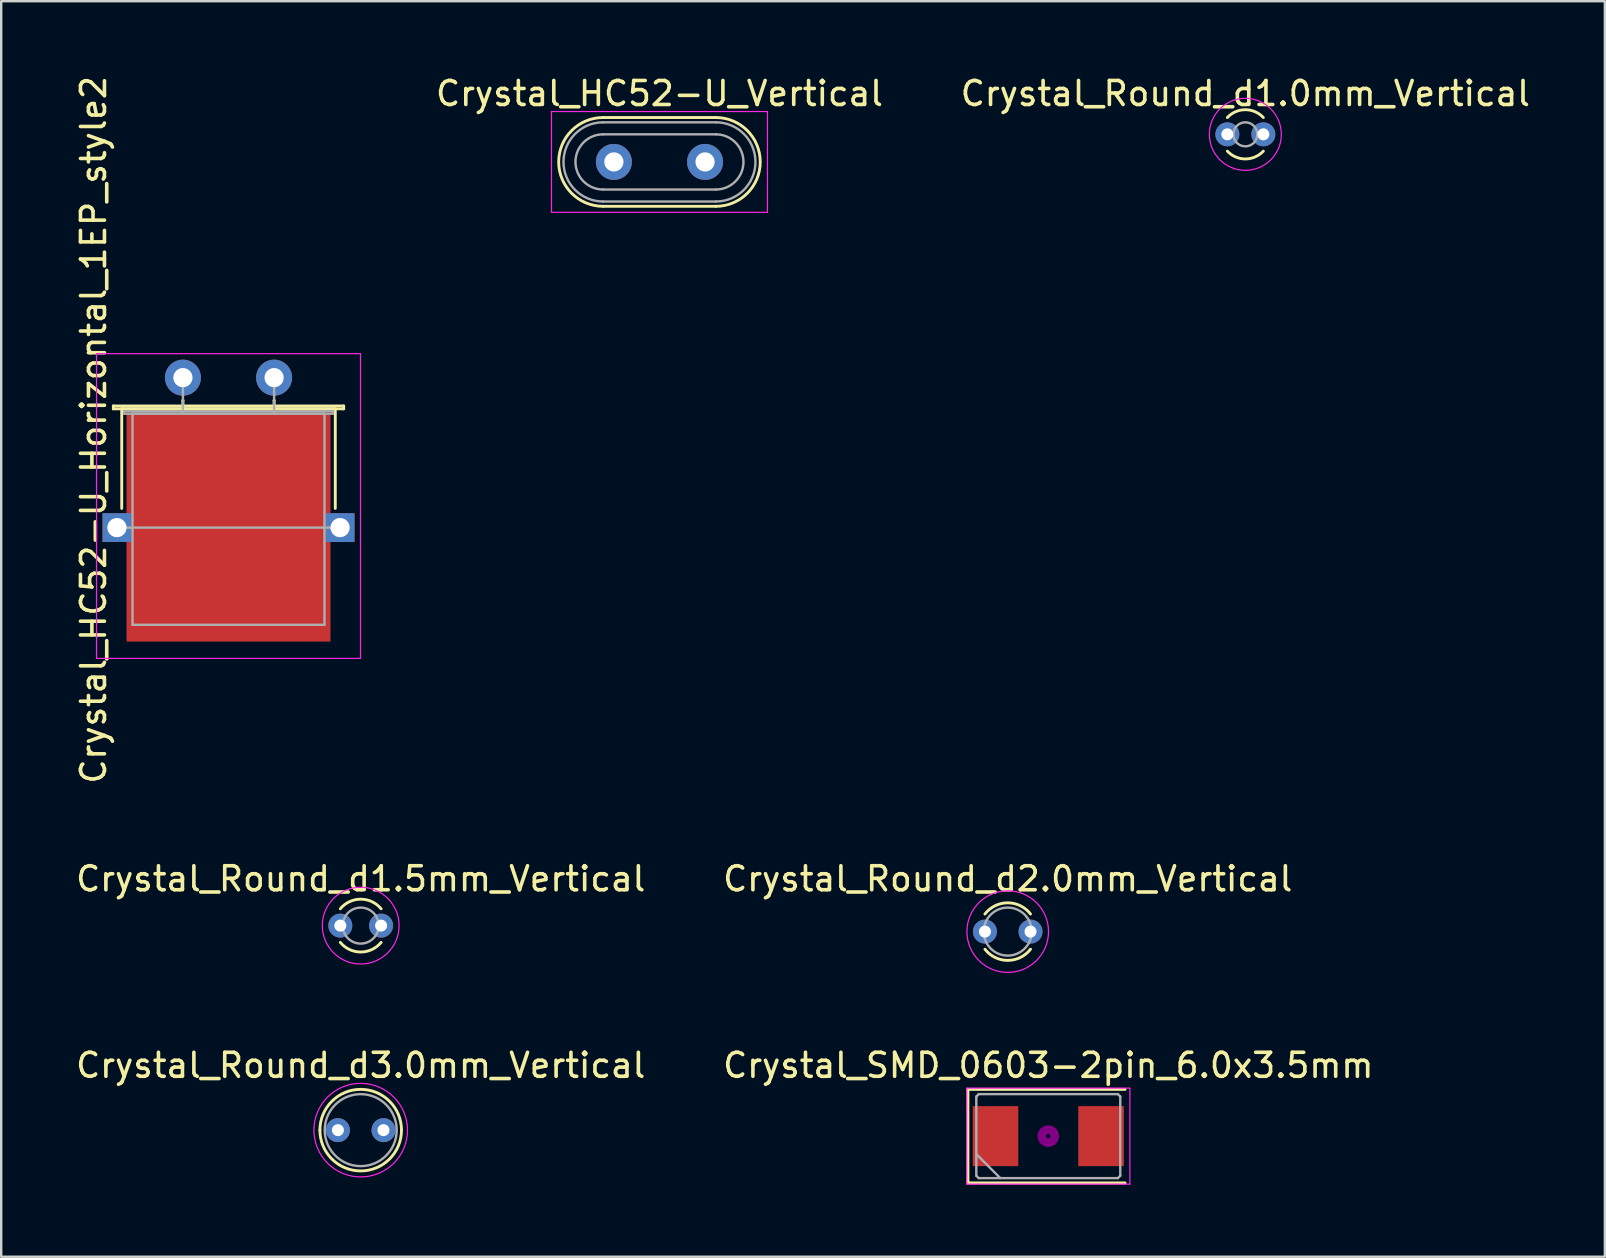
<source format=kicad_pcb>
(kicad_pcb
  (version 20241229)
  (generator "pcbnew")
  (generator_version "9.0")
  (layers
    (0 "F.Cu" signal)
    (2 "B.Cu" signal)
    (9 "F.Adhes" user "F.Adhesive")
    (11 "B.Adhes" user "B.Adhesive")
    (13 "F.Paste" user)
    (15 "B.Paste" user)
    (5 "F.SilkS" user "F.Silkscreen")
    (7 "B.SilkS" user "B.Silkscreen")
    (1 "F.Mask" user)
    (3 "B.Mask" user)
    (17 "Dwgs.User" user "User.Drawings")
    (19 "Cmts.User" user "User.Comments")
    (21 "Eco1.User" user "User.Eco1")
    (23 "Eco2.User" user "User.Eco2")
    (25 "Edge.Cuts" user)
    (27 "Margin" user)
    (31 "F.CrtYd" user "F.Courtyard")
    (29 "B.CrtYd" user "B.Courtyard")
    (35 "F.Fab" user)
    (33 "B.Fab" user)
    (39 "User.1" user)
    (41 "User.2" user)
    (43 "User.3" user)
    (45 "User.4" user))
  (footprint "Crystal_Round_d1.0mm_Vertical"
    (layer "F.Cu")
    (at 48.099 2.548)
    (property "Reference" "Crystal_Round_d1.0mm_Vertical" (at 0.75 -1.7 0) (layer "F.SilkS") (effects (font (size 1 1) (thickness 0.15))))
    (attr through_hole)
    (fp_arc (start 0 -0.7) (mid 0.749553 -1.025914) (end 1.49939 -0.700653) (stroke (width 0.12) (type solid)) (layer "F.SilkS"))
    (fp_arc (start 1.49939 0.700653) (mid 0.749553 1.025914) (end 0 0.7) (stroke (width 0.12) (type solid)) (layer "F.SilkS"))
    (fp_circle (center 0.75 0) (end 2.25 0) (stroke (width 0.05) (type solid)) (fill no) (layer "F.CrtYd"))
    (fp_circle (center 0.75 0) (end 1.25 0) (stroke (width 0.1) (type solid)) (fill no) (layer "F.Fab"))
    (pad "1" thru_hole circle (at 0 0) (size 1 1) (drill 0.5) (layers "*.Cu" "*.Mask"))
    (pad "2" thru_hole circle (at 1.5 0) (size 1 1) (drill 0.5) (layers "*.Cu" "*.Mask")))
  (footprint "Crystal_Round_d1.5mm_Vertical"
    (layer "F.Cu")
    (at 11.132 35.524)
    (property "Reference" "Crystal_Round_d1.5mm_Vertical" (at 0.85 -1.95 0) (layer "F.SilkS") (effects (font (size 1 1) (thickness 0.15))))
    (attr through_hole)
    (fp_arc (start 0 -0.7) (mid 0.850432 -1.101136) (end 1.700549 -0.699333) (stroke (width 0.12) (type solid)) (layer "F.SilkS"))
    (fp_arc (start 1.700549 0.699333) (mid 0.850432 1.101136) (end 0 0.7) (stroke (width 0.12) (type solid)) (layer "F.SilkS"))
    (fp_circle (center 0.85 0) (end 2.45 0) (stroke (width 0.05) (type solid)) (fill no) (layer "F.CrtYd"))
    (fp_circle (center 0.85 0) (end 1.6 0) (stroke (width 0.1) (type solid)) (fill no) (layer "F.Fab"))
    (pad "1" thru_hole circle (at 0 0) (size 1 1) (drill 0.5) (layers "*.Cu" "*.Mask"))
    (pad "2" thru_hole circle (at 1.7 0) (size 1 1) (drill 0.5) (layers "*.Cu" "*.Mask")))
  (footprint "Crystal_HC52-U_Vertical"
    (layer "F.Cu")
    (at 22.533 3.698)
    (property "Reference" "Crystal_HC52-U_Vertical" (at 1.9 -2.85 0) (layer "F.SilkS") (effects (font (size 1 1) (thickness 0.15))))
    (attr through_hole)
    (fp_line (start -0.45 -1.85) (end 4.25 -1.85) (stroke (width 0.12) (type solid)) (layer "F.SilkS"))
    (fp_line (start -0.45 1.85) (end 4.25 1.85) (stroke (width 0.12) (type solid)) (layer "F.SilkS"))
    (fp_arc (start -0.45 1.85) (mid -2.3 0) (end -0.45 -1.85) (stroke (width 0.12) (type solid)) (layer "F.SilkS"))
    (fp_arc (start 4.25 -1.85) (mid 6.1 0) (end 4.25 1.85) (stroke (width 0.12) (type solid)) (layer "F.SilkS"))
    (fp_line (start -2.6 -2.1) (end -2.6 2.1) (stroke (width 0.05) (type solid)) (layer "F.CrtYd"))
    (fp_line (start -2.6 2.1) (end 6.4 2.1) (stroke (width 0.05) (type solid)) (layer "F.CrtYd"))
    (fp_line (start 6.4 -2.1) (end -2.6 -2.1) (stroke (width 0.05) (type solid)) (layer "F.CrtYd"))
    (fp_line (start 6.4 2.1) (end 6.4 -2.1) (stroke (width 0.05) (type solid)) (layer "F.CrtYd"))
    (fp_line (start -0.45 -1.65) (end 4.25 -1.65) (stroke (width 0.1) (type solid)) (layer "F.Fab"))
    (fp_line (start -0.45 -1.15) (end 4.25 -1.15) (stroke (width 0.1) (type solid)) (layer "F.Fab"))
    (fp_line (start -0.45 1.15) (end 4.25 1.15) (stroke (width 0.1) (type solid)) (layer "F.Fab"))
    (fp_line (start -0.45 1.65) (end 4.25 1.65) (stroke (width 0.1) (type solid)) (layer "F.Fab"))
    (fp_arc (start -0.45 1.15) (mid -1.6 0) (end -0.45 -1.15) (stroke (width 0.1) (type solid)) (layer "F.Fab"))
    (fp_arc (start -0.45 1.65) (mid -2.1 0) (end -0.45 -1.65) (stroke (width 0.1) (type solid)) (layer "F.Fab"))
    (fp_arc (start 4.25 -1.65) (mid 5.9 0) (end 4.25 1.65) (stroke (width 0.1) (type solid)) (layer "F.Fab"))
    (fp_arc (start 4.25 -1.15) (mid 5.4 0) (end 4.25 1.15) (stroke (width 0.1) (type solid)) (layer "F.Fab"))
    (pad "1" thru_hole circle (at 0 0) (size 1.5 1.5) (drill 0.8) (layers "*.Cu" "*.Mask"))
    (pad "2" thru_hole circle (at 3.8 0) (size 1.5 1.5) (drill 0.8) (layers "*.Cu" "*.Mask")))
  (footprint "Crystal_HC52-U_Horizontal_1EP_style2"
    (layer "F.Cu")
    (at 4.573 12.688)
    (property "Reference" "Crystal_HC52-U_Horizontal_1EP_style2" (at -3.725 2.175 90) (layer "F.SilkS") (effects (font (size 1 1) (thickness 0.15))))
    (attr through_hole)
    (fp_line (start -2.9 1.18) (end 6.7 1.18) (stroke (width 0.12) (type solid)) (layer "F.SilkS"))
    (fp_line (start -2.9 1.3) (end -2.9 1.18) (stroke (width 0.12) (type solid)) (layer "F.SilkS"))
    (fp_line (start -2.55 1.3) (end 6.35 1.3) (stroke (width 0.12) (type solid)) (layer "F.SilkS"))
    (fp_line (start -2.55 5.45) (end -2.55 1.3) (stroke (width 0.12) (type solid)) (layer "F.SilkS"))
    (fp_line (start 0 0.95) (end 0 0.95) (stroke (width 0.12) (type solid)) (layer "F.SilkS"))
    (fp_line (start 0 1.3) (end 0 0.95) (stroke (width 0.12) (type solid)) (layer "F.SilkS"))
    (fp_line (start 3.8 0.95) (end 3.8 0.95) (stroke (width 0.12) (type solid)) (layer "F.SilkS"))
    (fp_line (start 3.8 1.3) (end 3.8 0.95) (stroke (width 0.12) (type solid)) (layer "F.SilkS"))
    (fp_line (start 6.35 1.3) (end 6.35 5.45) (stroke (width 0.12) (type solid)) (layer "F.SilkS"))
    (fp_line (start 6.7 1.18) (end 6.7 1.3) (stroke (width 0.12) (type solid)) (layer "F.SilkS"))
    (fp_line (start 6.7 1.3) (end -2.9 1.3) (stroke (width 0.12) (type solid)) (layer "F.SilkS"))
    (fp_line (start -3.6 -1) (end -3.6 11.7) (stroke (width 0.05) (type solid)) (layer "F.CrtYd"))
    (fp_line (start -3.6 11.7) (end 7.4 11.7) (stroke (width 0.05) (type solid)) (layer "F.CrtYd"))
    (fp_line (start 7.4 -1) (end -3.6 -1) (stroke (width 0.05) (type solid)) (layer "F.CrtYd"))
    (fp_line (start 7.4 11.7) (end 7.4 -1) (stroke (width 0.05) (type solid)) (layer "F.CrtYd"))
    (fp_line (start -2.75 6.25) (end 6.55 6.25) (stroke (width 0.1) (type solid)) (layer "F.Fab"))
    (fp_line (start -2.45 1.4) (end 6.25 1.4) (stroke (width 0.1) (type solid)) (layer "F.Fab"))
    (fp_line (start -2.45 1.5) (end -2.45 1.4) (stroke (width 0.1) (type solid)) (layer "F.Fab"))
    (fp_line (start -2.1 1.5) (end -2.1 10.3) (stroke (width 0.1) (type solid)) (layer "F.Fab"))
    (fp_line (start -2.1 10.3) (end 5.9 10.3) (stroke (width 0.1) (type solid)) (layer "F.Fab"))
    (fp_line (start 0 0.75) (end 0 0) (stroke (width 0.1) (type solid)) (layer "F.Fab"))
    (fp_line (start 0 1.5) (end 0 0.75) (stroke (width 0.1) (type solid)) (layer "F.Fab"))
    (fp_line (start 3.8 0.75) (end 3.8 0) (stroke (width 0.1) (type solid)) (layer "F.Fab"))
    (fp_line (start 3.8 1.5) (end 3.8 0.75) (stroke (width 0.1) (type solid)) (layer "F.Fab"))
    (fp_line (start 5.9 1.5) (end -2.1 1.5) (stroke (width 0.1) (type solid)) (layer "F.Fab"))
    (fp_line (start 5.9 10.3) (end 5.9 1.5) (stroke (width 0.1) (type solid)) (layer "F.Fab"))
    (fp_line (start 6.25 1.4) (end 6.25 1.5) (stroke (width 0.1) (type solid)) (layer "F.Fab"))
    (fp_line (start 6.25 1.5) (end -2.45 1.5) (stroke (width 0.1) (type solid)) (layer "F.Fab"))
    (pad "1" thru_hole circle (at 0 0) (size 1.5 1.5) (drill 0.8) (layers "*.Cu" "*.Mask"))
    (pad "2" thru_hole circle (at 3.8 0) (size 1.5 1.5) (drill 0.8) (layers "*.Cu" "*.Mask"))
    (pad "3" thru_hole rect (at -2.75 6.25) (size 1.2 1.2) (drill 0.8) (layers "*.Cu" "*.Mask"))
    (pad "3" smd rect (at 1.9 6.25) (size 8.5 9.5) (layers "F.Cu" "F.Mask"))
    (pad "3" thru_hole rect (at 6.55 6.25) (size 1.2 1.2) (drill 0.8) (layers "*.Cu" "*.Mask")))
  (footprint "Crystal_SMD_0603-2pin_6.0x3.5mm"
    (layer "F.Cu")
    (at 40.637 44.298)
    (property "Reference" "Crystal_SMD_0603-2pin_6.0x3.5mm" (at 0 -2.95 0) (layer "F.SilkS") (effects (font (size 1 1) (thickness 0.15))))
    (attr smd)
    (fp_line (start -3.35 -1.95) (end -3.35 1.95) (stroke (width 0.12) (type solid)) (layer "F.SilkS"))
    (fp_line (start -3.35 1.95) (end 3.2 1.95) (stroke (width 0.12) (type solid)) (layer "F.SilkS"))
    (fp_line (start 3.2 -1.95) (end -3.35 -1.95) (stroke (width 0.12) (type solid)) (layer "F.SilkS"))
    (fp_circle (center 0 0) (end 0.093 0) (stroke (width 0.187) (type solid)) (fill no) (layer "F.Adhes"))
    (fp_circle (center 0 0) (end 0.213 0) (stroke (width 0.133) (type solid)) (fill no) (layer "F.Adhes"))
    (fp_circle (center 0 0) (end 0.333 0) (stroke (width 0.133) (type solid)) (fill no) (layer "F.Adhes"))
    (fp_circle (center 0 0) (end 0.4 0) (stroke (width 0.1) (type solid)) (fill no) (layer "F.Adhes"))
    (fp_line (start -3.4 -2) (end -3.4 2) (stroke (width 0.05) (type solid)) (layer "F.CrtYd"))
    (fp_line (start -3.4 2) (end 3.4 2) (stroke (width 0.05) (type solid)) (layer "F.CrtYd"))
    (fp_line (start 3.4 -2) (end -3.4 -2) (stroke (width 0.05) (type solid)) (layer "F.CrtYd"))
    (fp_line (start 3.4 2) (end 3.4 -2) (stroke (width 0.05) (type solid)) (layer "F.CrtYd"))
    (fp_line (start -3 -1.65) (end -2.9 -1.75) (stroke (width 0.1) (type solid)) (layer "F.Fab"))
    (fp_line (start -3 0.75) (end -2 1.75) (stroke (width 0.1) (type solid)) (layer "F.Fab"))
    (fp_line (start -3 1.65) (end -3 -1.65) (stroke (width 0.1) (type solid)) (layer "F.Fab"))
    (fp_line (start -2.9 -1.75) (end 2.9 -1.75) (stroke (width 0.1) (type solid)) (layer "F.Fab"))
    (fp_line (start -2.9 1.75) (end -3 1.65) (stroke (width 0.1) (type solid)) (layer "F.Fab"))
    (fp_line (start 2.9 -1.75) (end 3 -1.65) (stroke (width 0.1) (type solid)) (layer "F.Fab"))
    (fp_line (start 2.9 1.75) (end -2.9 1.75) (stroke (width 0.1) (type solid)) (layer "F.Fab"))
    (fp_line (start 3 -1.65) (end 3 1.65) (stroke (width 0.1) (type solid)) (layer "F.Fab"))
    (fp_line (start 3 1.65) (end 2.9 1.75) (stroke (width 0.1) (type solid)) (layer "F.Fab"))
    (pad "1" smd rect (at -2.2 0) (size 1.9 2.5) (layers "F.Cu" "F.Mask"))
    (pad "2" smd rect (at 2.2 0) (size 1.9 2.5) (layers "F.Cu" "F.Mask")))
  (footprint "Crystal_Round_d3.0mm_Vertical"
    (layer "F.Cu")
    (at 11.032 44.048)
    (property "Reference" "Crystal_Round_d3.0mm_Vertical" (at 0.95 -2.7 0) (layer "F.SilkS") (effects (font (size 1 1) (thickness 0.15))))
    (attr through_hole)
    (fp_arc (start -0.75 0) (mid 0.95 -1.7) (end 2.65 0) (stroke (width 0.12) (type solid)) (layer "F.SilkS"))
    (fp_arc (start 2.65 0) (mid 0.95 1.7) (end -0.75 0) (stroke (width 0.12) (type solid)) (layer "F.SilkS"))
    (fp_circle (center 0.95 0) (end 2.9 0) (stroke (width 0.05) (type solid)) (fill no) (layer "F.CrtYd"))
    (fp_circle (center 0.95 0) (end 2.45 0) (stroke (width 0.1) (type solid)) (fill no) (layer "F.Fab"))
    (pad "1" thru_hole circle (at 0 0) (size 1 1) (drill 0.5) (layers "*.Cu" "*.Mask"))
    (pad "2" thru_hole circle (at 1.9 0) (size 1 1) (drill 0.5) (layers "*.Cu" "*.Mask")))
  (footprint "Crystal_Round_d2.0mm_Vertical"
    (layer "F.Cu")
    (at 37.996 35.774)
    (property "Reference" "Crystal_Round_d2.0mm_Vertical" (at 0.95 -2.2 0) (layer "F.SilkS") (effects (font (size 1 1) (thickness 0.15))))
    (attr through_hole)
    (fp_arc (start 0 -0.733144) (mid 0.950178 -1.2) (end 1.900217 -0.732863) (stroke (width 0.12) (type solid)) (layer "F.SilkS"))
    (fp_arc (start 1.900217 0.732863) (mid 0.950178 1.2) (end 0 0.733144) (stroke (width 0.12) (type solid)) (layer "F.SilkS"))
    (fp_circle (center 0.95 0) (end 2.65 0) (stroke (width 0.05) (type solid)) (fill no) (layer "F.CrtYd"))
    (fp_circle (center 0.95 0) (end 1.95 0) (stroke (width 0.1) (type solid)) (fill no) (layer "F.Fab"))
    (pad "1" thru_hole circle (at 0 0) (size 1 1) (drill 0.5) (layers "*.Cu" "*.Mask"))
    (pad "2" thru_hole circle (at 1.9 0) (size 1 1) (drill 0.5) (layers "*.Cu" "*.Mask")))
  (gr_rect
    (start -3 -3)
    (end 63.832 49.323)
    (stroke (width 0.1) (type default))
    (fill no)
    (layer "Edge.Cuts")))
</source>
